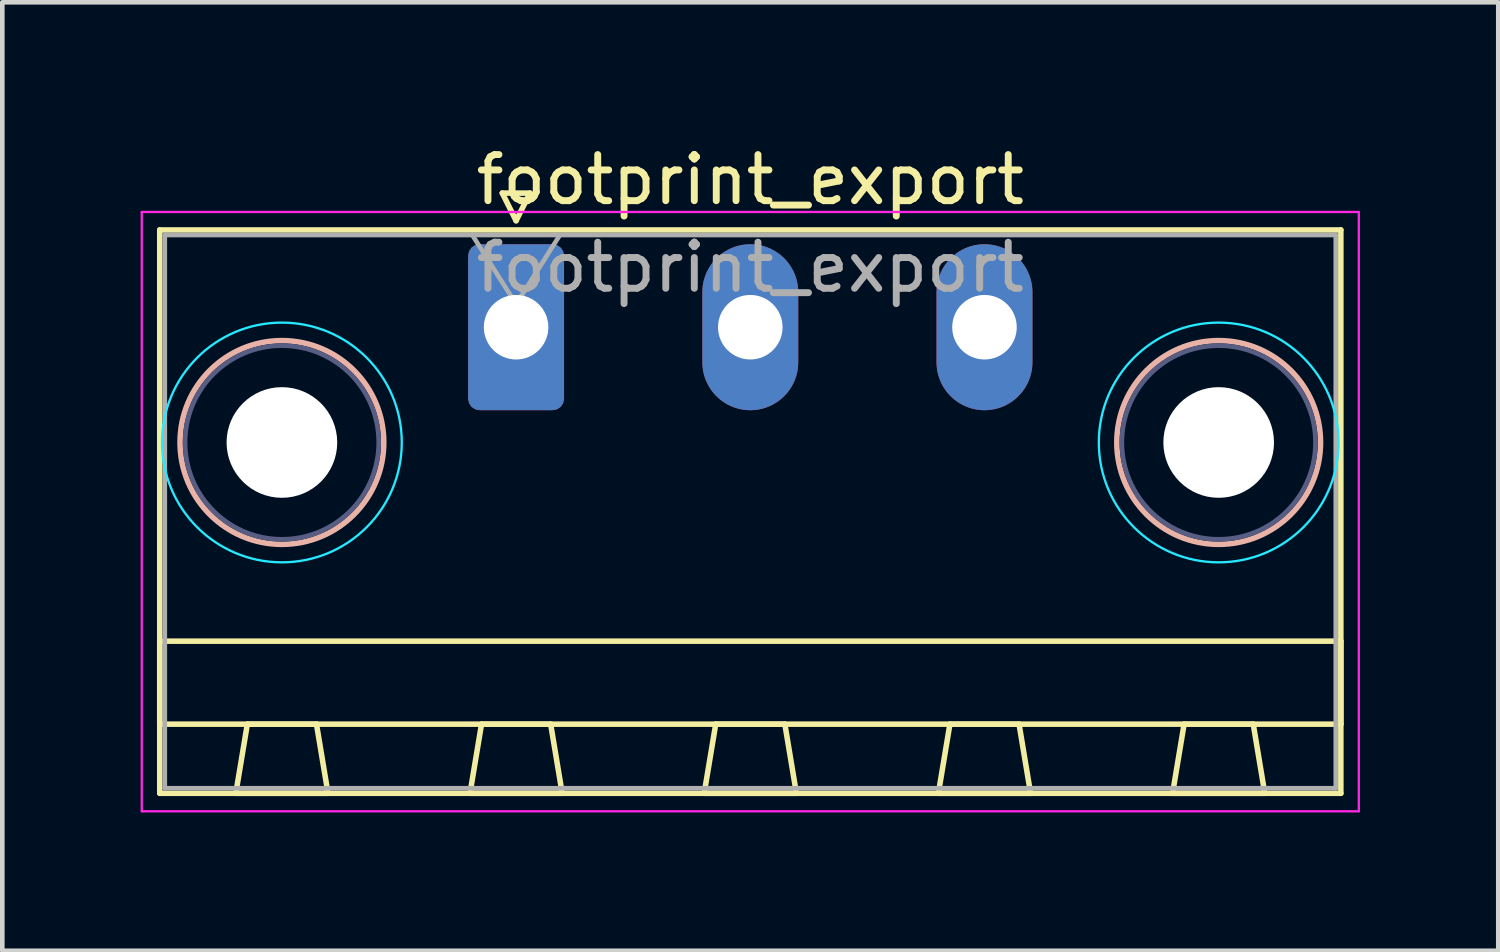
<source format=kicad_pcb>
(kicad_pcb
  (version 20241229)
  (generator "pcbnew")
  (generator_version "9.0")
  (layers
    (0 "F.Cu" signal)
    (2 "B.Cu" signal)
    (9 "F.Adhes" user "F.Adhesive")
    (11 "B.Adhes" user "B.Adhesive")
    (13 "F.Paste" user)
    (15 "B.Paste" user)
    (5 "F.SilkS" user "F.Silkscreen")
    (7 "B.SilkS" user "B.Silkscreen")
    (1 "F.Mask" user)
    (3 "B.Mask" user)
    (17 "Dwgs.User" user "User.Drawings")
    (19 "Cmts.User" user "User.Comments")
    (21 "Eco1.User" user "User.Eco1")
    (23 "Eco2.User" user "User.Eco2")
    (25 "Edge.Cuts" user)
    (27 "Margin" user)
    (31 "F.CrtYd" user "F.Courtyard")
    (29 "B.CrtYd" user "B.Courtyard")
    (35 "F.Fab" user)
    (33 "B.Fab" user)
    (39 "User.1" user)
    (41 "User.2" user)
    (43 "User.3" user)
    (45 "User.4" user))
  (footprint "footprint_export"
    (layer "F.Cu")
    (at 8.145 4.048)
    (property "Reference" "footprint_export" (at 5.08 -3.2 0) (layer "F.SilkS") (effects (font (size 1 1) (thickness 0.15))))
    (attr through_hole)
    (fp_line (start -7.73 -2.11) (end -7.73 10.11) (stroke (width 0.12) (type solid)) (layer "F.SilkS"))
    (fp_line (start -7.73 6.81) (end 17.89 6.81) (stroke (width 0.12) (type solid)) (layer "F.SilkS"))
    (fp_line (start -7.73 8.61) (end -7.73 6.81) (stroke (width 0.12) (type solid)) (layer "F.SilkS"))
    (fp_line (start -7.73 10.11) (end 17.89 10.11) (stroke (width 0.12) (type solid)) (layer "F.SilkS"))
    (fp_line (start -6.08 10.11) (end -4.08 10.11) (stroke (width 0.12) (type solid)) (layer "F.SilkS"))
    (fp_line (start -5.83 8.61) (end -6.08 10.11) (stroke (width 0.12) (type solid)) (layer "F.SilkS"))
    (fp_line (start -4.33 8.61) (end -5.83 8.61) (stroke (width 0.12) (type solid)) (layer "F.SilkS"))
    (fp_line (start -4.08 10.11) (end -4.33 8.61) (stroke (width 0.12) (type solid)) (layer "F.SilkS"))
    (fp_line (start -1 10.11) (end 1 10.11) (stroke (width 0.12) (type solid)) (layer "F.SilkS"))
    (fp_line (start -0.75 8.61) (end -1 10.11) (stroke (width 0.12) (type solid)) (layer "F.SilkS"))
    (fp_line (start -0.3 -2.91) (end 0.3 -2.91) (stroke (width 0.12) (type solid)) (layer "F.SilkS"))
    (fp_line (start 0 -2.31) (end -0.3 -2.91) (stroke (width 0.12) (type solid)) (layer "F.SilkS"))
    (fp_line (start 0.3 -2.91) (end 0 -2.31) (stroke (width 0.12) (type solid)) (layer "F.SilkS"))
    (fp_line (start 0.75 8.61) (end -0.75 8.61) (stroke (width 0.12) (type solid)) (layer "F.SilkS"))
    (fp_line (start 1 10.11) (end 0.75 8.61) (stroke (width 0.12) (type solid)) (layer "F.SilkS"))
    (fp_line (start 4.08 10.11) (end 6.08 10.11) (stroke (width 0.12) (type solid)) (layer "F.SilkS"))
    (fp_line (start 4.33 8.61) (end 4.08 10.11) (stroke (width 0.12) (type solid)) (layer "F.SilkS"))
    (fp_line (start 5.83 8.61) (end 4.33 8.61) (stroke (width 0.12) (type solid)) (layer "F.SilkS"))
    (fp_line (start 6.08 10.11) (end 5.83 8.61) (stroke (width 0.12) (type solid)) (layer "F.SilkS"))
    (fp_line (start 9.16 10.11) (end 11.16 10.11) (stroke (width 0.12) (type solid)) (layer "F.SilkS"))
    (fp_line (start 9.41 8.61) (end 9.16 10.11) (stroke (width 0.12) (type solid)) (layer "F.SilkS"))
    (fp_line (start 10.91 8.61) (end 9.41 8.61) (stroke (width 0.12) (type solid)) (layer "F.SilkS"))
    (fp_line (start 11.16 10.11) (end 10.91 8.61) (stroke (width 0.12) (type solid)) (layer "F.SilkS"))
    (fp_line (start 14.24 10.11) (end 16.24 10.11) (stroke (width 0.12) (type solid)) (layer "F.SilkS"))
    (fp_line (start 14.49 8.61) (end 14.24 10.11) (stroke (width 0.12) (type solid)) (layer "F.SilkS"))
    (fp_line (start 15.99 8.61) (end 14.49 8.61) (stroke (width 0.12) (type solid)) (layer "F.SilkS"))
    (fp_line (start 16.24 10.11) (end 15.99 8.61) (stroke (width 0.12) (type solid)) (layer "F.SilkS"))
    (fp_line (start 17.89 -2.11) (end -7.73 -2.11) (stroke (width 0.12) (type solid)) (layer "F.SilkS"))
    (fp_line (start 17.89 6.81) (end 17.89 8.61) (stroke (width 0.12) (type solid)) (layer "F.SilkS"))
    (fp_line (start 17.89 8.61) (end -7.73 8.61) (stroke (width 0.12) (type solid)) (layer "F.SilkS"))
    (fp_line (start 17.89 10.11) (end 17.89 -2.11) (stroke (width 0.12) (type solid)) (layer "F.SilkS"))
    (fp_circle (center -5.08 2.5) (end -2.87 2.5) (stroke (width 0.12) (type solid)) (fill no) (layer "B.SilkS"))
    (fp_circle (center 15.24 2.5) (end 17.45 2.5) (stroke (width 0.12) (type solid)) (fill no) (layer "B.SilkS"))
    (fp_circle (center -5.08 2.5) (end -2.48 2.5) (stroke (width 0.05) (type solid)) (fill no) (layer "B.CrtYd"))
    (fp_circle (center 15.24 2.5) (end 17.84 2.5) (stroke (width 0.05) (type solid)) (fill no) (layer "B.CrtYd"))
    (fp_line (start -8.12 -2.5) (end -8.12 10.5) (stroke (width 0.05) (type solid)) (layer "F.CrtYd"))
    (fp_line (start -8.12 10.5) (end 18.28 10.5) (stroke (width 0.05) (type solid)) (layer "F.CrtYd"))
    (fp_line (start 18.28 -2.5) (end -8.12 -2.5) (stroke (width 0.05) (type solid)) (layer "F.CrtYd"))
    (fp_line (start 18.28 10.5) (end 18.28 -2.5) (stroke (width 0.05) (type solid)) (layer "F.CrtYd"))
    (fp_circle (center -5.08 2.5) (end -2.98 2.5) (stroke (width 0.1) (type solid)) (fill no) (layer "B.Fab"))
    (fp_circle (center 15.24 2.5) (end 17.34 2.5) (stroke (width 0.1) (type solid)) (fill no) (layer "B.Fab"))
    (fp_line (start -7.62 -2) (end -7.62 10) (stroke (width 0.1) (type solid)) (layer "F.Fab"))
    (fp_line (start -7.62 10) (end 17.78 10) (stroke (width 0.1) (type solid)) (layer "F.Fab"))
    (fp_line (start 0 -0.5) (end -0.95 -2) (stroke (width 0.1) (type solid)) (layer "F.Fab"))
    (fp_line (start 0.95 -2) (end 0 -0.5) (stroke (width 0.1) (type solid)) (layer "F.Fab"))
    (fp_line (start 17.78 -2) (end -7.62 -2) (stroke (width 0.1) (type solid)) (layer "F.Fab"))
    (fp_line (start 17.78 10) (end 17.78 -2) (stroke (width 0.1) (type solid)) (layer "F.Fab"))
    (fp_text user "${REFERENCE}" (at 5.08 -1.3 0) (layer "F.Fab") (effects (font (size 1 1) (thickness 0.15))))
    (pad "" np_thru_hole circle (at -5.08 2.5) (size 2.4 2.4) (drill 2.4) (layers "*.Cu" "*.Mask"))
    (pad "" np_thru_hole circle (at 15.24 2.5) (size 2.4 2.4) (drill 2.4) (layers "*.Cu" "*.Mask"))
    (pad "1" thru_hole roundrect (at 0 0) (size 2.08 3.6) (drill 1.4) (layers "*.Cu" "*.Mask") (roundrect_rratio 0.12))
    (pad "2" thru_hole oval (at 5.08 0) (size 2.08 3.6) (drill 1.4) (layers "*.Cu" "*.Mask"))
    (pad "3" thru_hole oval (at 10.16 0) (size 2.08 3.6) (drill 1.4) (layers "*.Cu" "*.Mask")))
  (gr_rect
    (start -3 -3)
    (end 29.45 17.573)
    (stroke (width 0.1) (type default))
    (fill no)
    (layer "Edge.Cuts")))
</source>
